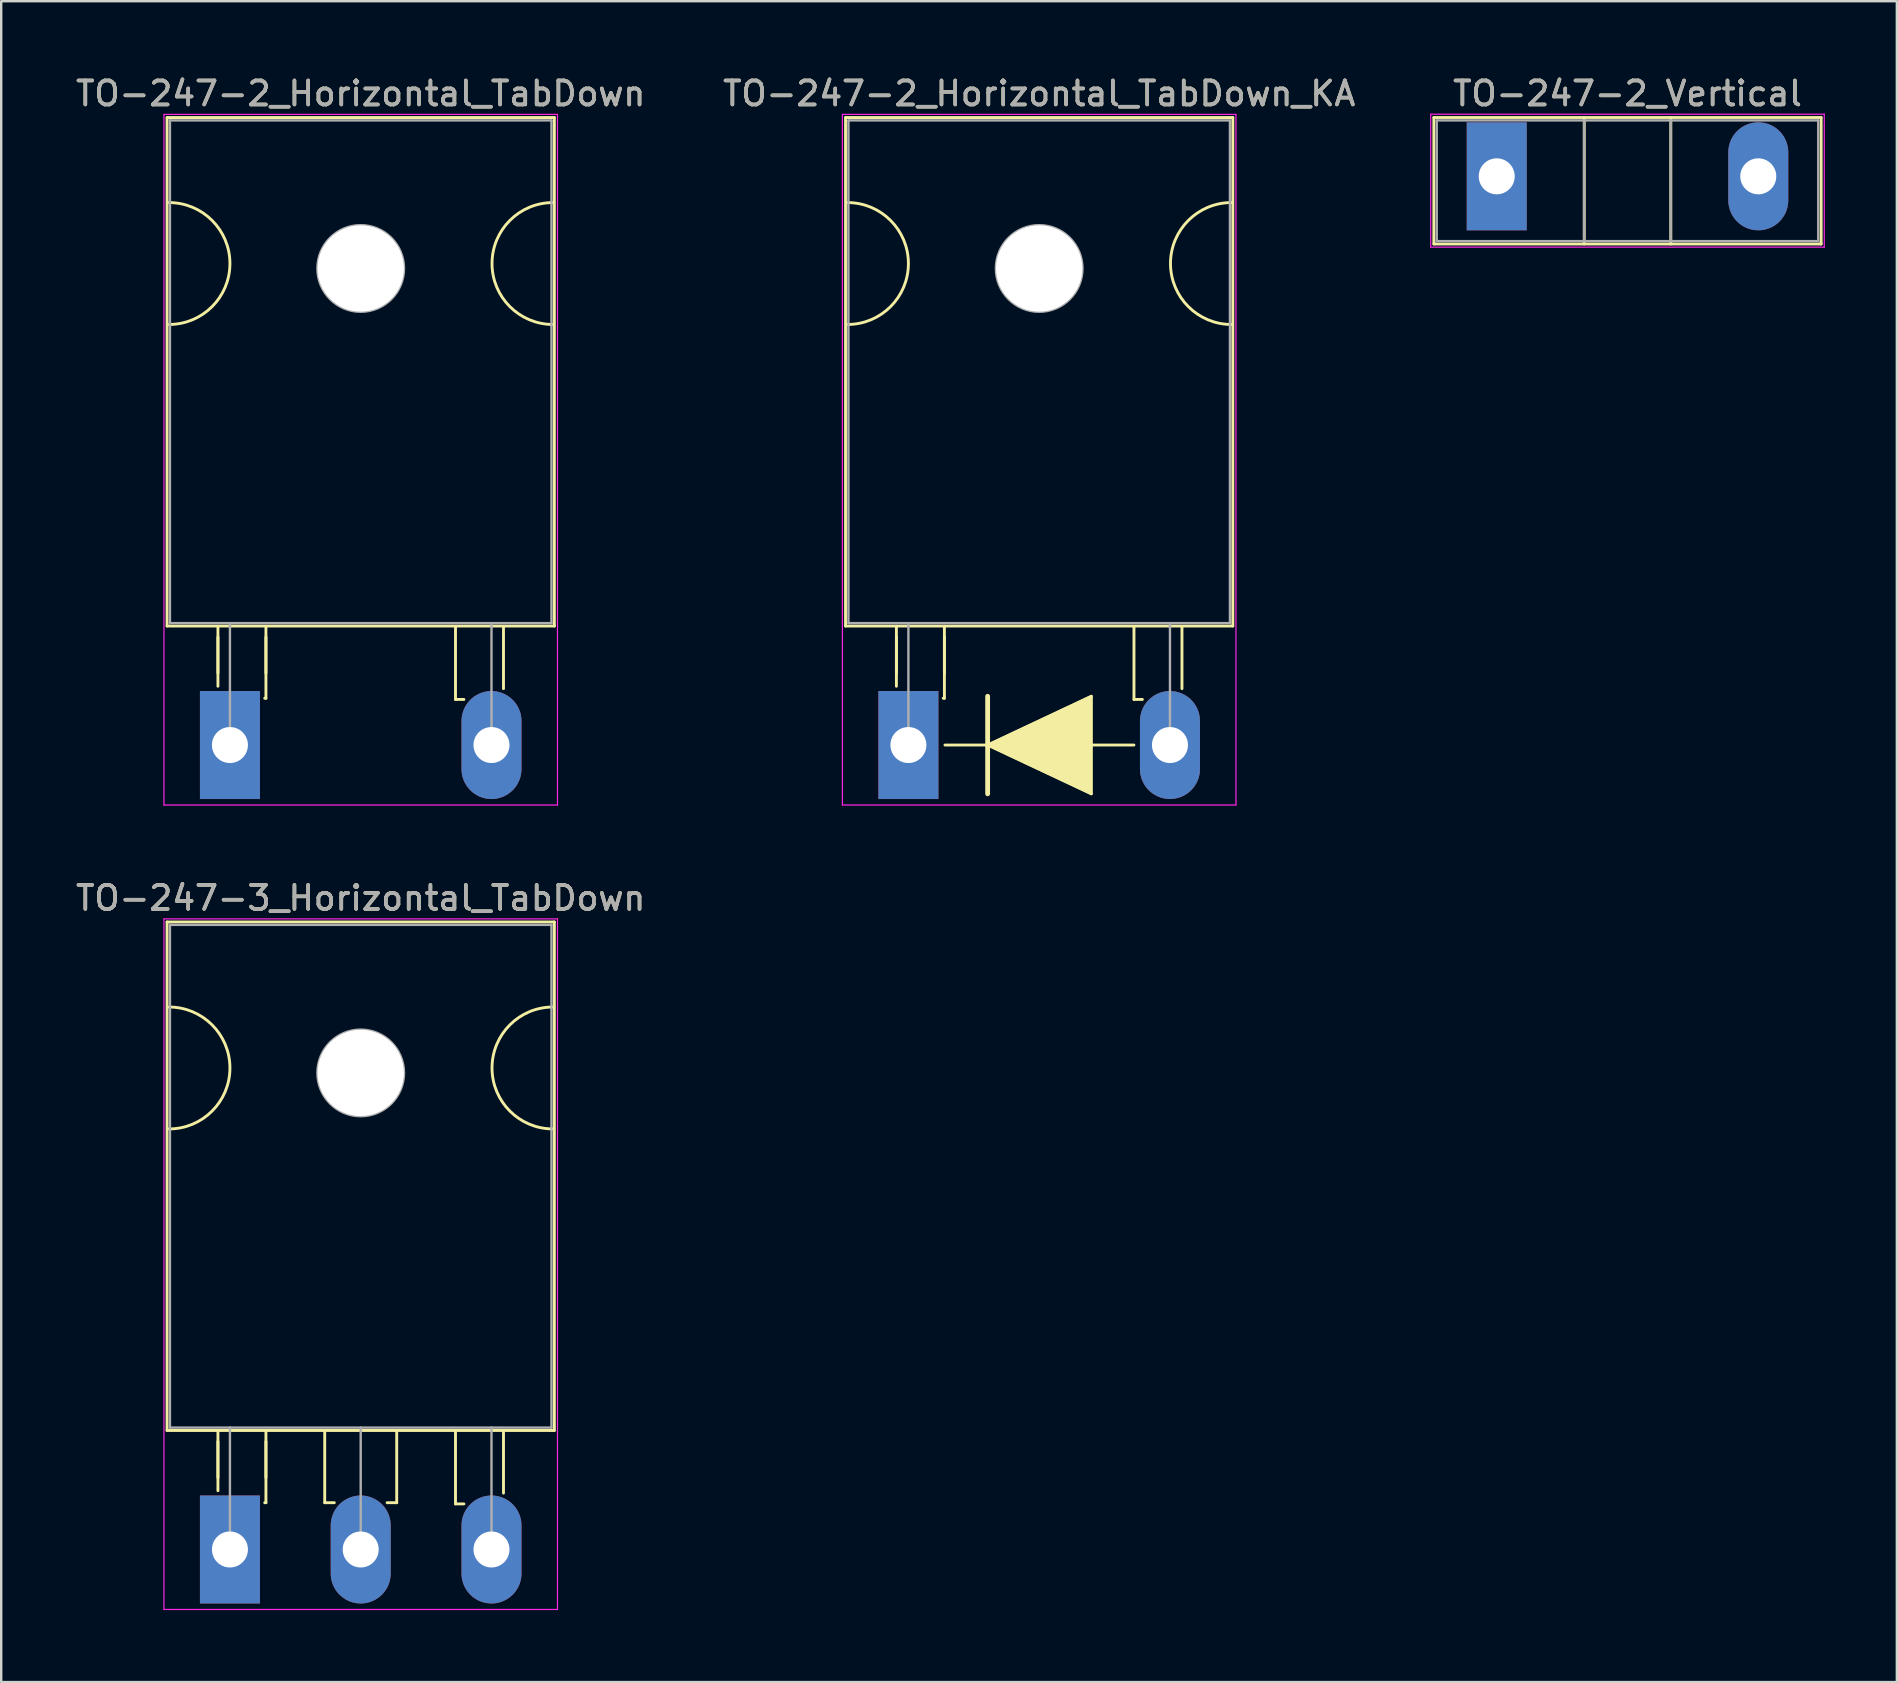
<source format=kicad_pcb>
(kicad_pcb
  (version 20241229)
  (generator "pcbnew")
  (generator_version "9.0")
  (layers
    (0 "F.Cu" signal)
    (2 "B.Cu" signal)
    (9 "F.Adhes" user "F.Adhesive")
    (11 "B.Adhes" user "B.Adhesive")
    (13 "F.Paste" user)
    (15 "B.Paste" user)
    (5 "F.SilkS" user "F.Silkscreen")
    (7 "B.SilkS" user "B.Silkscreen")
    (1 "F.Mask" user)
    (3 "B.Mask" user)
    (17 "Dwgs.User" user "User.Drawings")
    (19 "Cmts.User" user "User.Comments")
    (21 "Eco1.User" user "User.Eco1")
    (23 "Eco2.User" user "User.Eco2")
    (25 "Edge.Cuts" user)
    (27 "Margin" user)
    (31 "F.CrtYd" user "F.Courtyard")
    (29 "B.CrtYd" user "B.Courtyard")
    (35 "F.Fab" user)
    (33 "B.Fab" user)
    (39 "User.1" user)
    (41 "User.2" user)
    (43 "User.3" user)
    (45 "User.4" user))
  (footprint "TO-247-3_Horizontal_TabDown"
    (layer "F.Cu")
    (at 6.532 61.522)
    (property "Reference" "TO-247-3_Horizontal_TabDown" (at 5.45 -27.15 0) (layer "F.SilkS") (effects (font (size 1 1) (thickness 0.15))))
    (attr through_hole)
    (fp_line (start -2.62 -26.15) (end -2.62 -4.96) (stroke (width 0.12) (type solid)) (layer "F.SilkS"))
    (fp_line (start -2.62 -26.15) (end 13.52 -26.15) (stroke (width 0.12) (type solid)) (layer "F.SilkS"))
    (fp_line (start -2.62 -4.96) (end 13.52 -4.96) (stroke (width 0.12) (type solid)) (layer "F.SilkS"))
    (fp_line (start -0.5 -4.95) (end -0.5 -2.45) (stroke (width 0.12) (type solid)) (layer "F.SilkS"))
    (fp_line (start -0.5 -4.5) (end -0.5 -3) (stroke (width 0.12) (type solid)) (layer "F.SilkS"))
    (fp_line (start 1.5 -4.95) (end 1.5 -1.95) (stroke (width 0.12) (type solid)) (layer "F.SilkS"))
    (fp_line (start 1.5 -4.5) (end 1.5 -3) (stroke (width 0.12) (type solid)) (layer "F.SilkS"))
    (fp_line (start 1.5 -1.95) (end 1.45 -1.95) (stroke (width 0.12) (type solid)) (layer "F.SilkS"))
    (fp_line (start 3.95 -4.9) (end 3.95 -1.95) (stroke (width 0.12) (type solid)) (layer "F.SilkS"))
    (fp_line (start 3.95 -1.95) (end 4.35 -1.95) (stroke (width 0.12) (type solid)) (layer "F.SilkS"))
    (fp_line (start 6.95 -4.95) (end 6.95 -1.95) (stroke (width 0.12) (type solid)) (layer "F.SilkS"))
    (fp_line (start 6.95 -1.95) (end 6.55 -1.95) (stroke (width 0.12) (type solid)) (layer "F.SilkS"))
    (fp_line (start 9.4 -4.9) (end 9.4 -1.9) (stroke (width 0.12) (type solid)) (layer "F.SilkS"))
    (fp_line (start 9.4 -1.9) (end 9.75 -1.9) (stroke (width 0.12) (type solid)) (layer "F.SilkS"))
    (fp_line (start 11.4 -4.9) (end 11.4 -2.35) (stroke (width 0.12) (type solid)) (layer "F.SilkS"))
    (fp_line (start 13.52 -26.15) (end 13.52 -4.96) (stroke (width 0.12) (type solid)) (layer "F.SilkS"))
    (fp_arc (start -2.54 -22.606) (mid 0 -20.066) (end -2.54 -17.526) (stroke (width 0.12) (type solid)) (layer "F.SilkS"))
    (fp_arc (start 13.462 -17.526) (mid 10.922 -20.066) (end 13.462 -22.606) (stroke (width 0.12) (type solid)) (layer "F.SilkS"))
    (fp_line (start -2.75 -26.28) (end -2.75 2.5) (stroke (width 0.05) (type solid)) (layer "F.CrtYd"))
    (fp_line (start -2.75 2.5) (end 13.65 2.5) (stroke (width 0.05) (type solid)) (layer "F.CrtYd"))
    (fp_line (start 13.65 -26.28) (end -2.75 -26.28) (stroke (width 0.05) (type solid)) (layer "F.CrtYd"))
    (fp_line (start 13.65 2.5) (end 13.65 -26.28) (stroke (width 0.05) (type solid)) (layer "F.CrtYd"))
    (fp_line (start -2.5 -26.03) (end 13.4 -26.03) (stroke (width 0.1) (type solid)) (layer "F.Fab"))
    (fp_line (start -2.5 -5.08) (end -2.5 -26.03) (stroke (width 0.1) (type solid)) (layer "F.Fab"))
    (fp_line (start 0 -5.08) (end 0 0) (stroke (width 0.1) (type solid)) (layer "F.Fab"))
    (fp_line (start 5.45 -5.08) (end 5.45 0) (stroke (width 0.1) (type solid)) (layer "F.Fab"))
    (fp_line (start 10.9 -5.08) (end 10.9 0) (stroke (width 0.1) (type solid)) (layer "F.Fab"))
    (fp_line (start 13.4 -26.03) (end 13.4 -5.08) (stroke (width 0.1) (type solid)) (layer "F.Fab"))
    (fp_line (start 13.4 -5.08) (end -2.5 -5.08) (stroke (width 0.1) (type solid)) (layer "F.Fab"))
    (fp_circle (center 5.45 -19.86) (end 7.255 -19.86) (stroke (width 0.1) (type solid)) (fill no) (layer "F.Fab"))
    (fp_text user "${REFERENCE}" (at 5.45 -27.15 0) (layer "F.Fab") (effects (font (size 1 1) (thickness 0.15))))
    (pad "" np_thru_hole oval (at 5.45 -19.86) (size 3.6 3.6) (drill 3.6) (layers "*.Cu" "*.Mask"))
    (pad "1" thru_hole rect (at 0 0) (size 2.5 4.5) (drill 1.5) (layers "*.Cu" "*.Mask"))
    (pad "2" thru_hole oval (at 5.45 0) (size 2.5 4.5) (drill 1.5) (layers "*.Cu" "*.Mask"))
    (pad "3" thru_hole oval (at 10.9 0) (size 2.5 4.5) (drill 1.5) (layers "*.Cu" "*.Mask")))
  (footprint "TO-247-2_Horizontal_TabDown"
    (layer "F.Cu")
    (at 6.532 27.998)
    (property "Reference" "TO-247-2_Horizontal_TabDown" (at 5.45 -27.15 0) (layer "F.SilkS") (effects (font (size 1 1) (thickness 0.15))))
    (attr through_hole)
    (fp_line (start -2.62 -26.15) (end -2.62 -4.96) (stroke (width 0.12) (type solid)) (layer "F.SilkS"))
    (fp_line (start -2.62 -26.15) (end 13.52 -26.15) (stroke (width 0.12) (type solid)) (layer "F.SilkS"))
    (fp_line (start -2.62 -4.96) (end 13.52 -4.96) (stroke (width 0.12) (type solid)) (layer "F.SilkS"))
    (fp_line (start -0.5 -4.95) (end -0.5 -2.45) (stroke (width 0.12) (type solid)) (layer "F.SilkS"))
    (fp_line (start -0.5 -4.5) (end -0.5 -3) (stroke (width 0.12) (type solid)) (layer "F.SilkS"))
    (fp_line (start 1.5 -4.95) (end 1.5 -1.95) (stroke (width 0.12) (type solid)) (layer "F.SilkS"))
    (fp_line (start 1.5 -4.5) (end 1.5 -3) (stroke (width 0.12) (type solid)) (layer "F.SilkS"))
    (fp_line (start 1.5 -1.95) (end 1.45 -1.95) (stroke (width 0.12) (type solid)) (layer "F.SilkS"))
    (fp_line (start 9.4 -4.9) (end 9.4 -1.9) (stroke (width 0.12) (type solid)) (layer "F.SilkS"))
    (fp_line (start 9.4 -1.9) (end 9.75 -1.9) (stroke (width 0.12) (type solid)) (layer "F.SilkS"))
    (fp_line (start 11.4 -4.9) (end 11.4 -2.35) (stroke (width 0.12) (type solid)) (layer "F.SilkS"))
    (fp_line (start 13.52 -26.15) (end 13.52 -4.96) (stroke (width 0.12) (type solid)) (layer "F.SilkS"))
    (fp_arc (start -2.54 -22.606) (mid 0 -20.066) (end -2.54 -17.526) (stroke (width 0.12) (type solid)) (layer "F.SilkS"))
    (fp_arc (start 13.462 -17.526) (mid 10.922 -20.066) (end 13.462 -22.606) (stroke (width 0.12) (type solid)) (layer "F.SilkS"))
    (fp_line (start -2.75 -26.28) (end -2.75 2.5) (stroke (width 0.05) (type solid)) (layer "F.CrtYd"))
    (fp_line (start -2.75 2.5) (end 13.65 2.5) (stroke (width 0.05) (type solid)) (layer "F.CrtYd"))
    (fp_line (start 13.65 -26.28) (end -2.75 -26.28) (stroke (width 0.05) (type solid)) (layer "F.CrtYd"))
    (fp_line (start 13.65 2.5) (end 13.65 -26.28) (stroke (width 0.05) (type solid)) (layer "F.CrtYd"))
    (fp_line (start -2.5 -26.03) (end 13.4 -26.03) (stroke (width 0.1) (type solid)) (layer "F.Fab"))
    (fp_line (start -2.5 -5.08) (end -2.5 -26.03) (stroke (width 0.1) (type solid)) (layer "F.Fab"))
    (fp_line (start 0 -5.08) (end 0 0) (stroke (width 0.1) (type solid)) (layer "F.Fab"))
    (fp_line (start 10.9 -5.08) (end 10.9 0) (stroke (width 0.1) (type solid)) (layer "F.Fab"))
    (fp_line (start 13.4 -26.03) (end 13.4 -5.08) (stroke (width 0.1) (type solid)) (layer "F.Fab"))
    (fp_line (start 13.4 -5.08) (end -2.5 -5.08) (stroke (width 0.1) (type solid)) (layer "F.Fab"))
    (fp_circle (center 5.45 -19.86) (end 7.255 -19.86) (stroke (width 0.1) (type solid)) (fill no) (layer "F.Fab"))
    (fp_text user "${REFERENCE}" (at 5.45 -27.15 0) (layer "F.Fab") (effects (font (size 1 1) (thickness 0.15))))
    (pad "" np_thru_hole oval (at 5.45 -19.86) (size 3.6 3.6) (drill 3.6) (layers "*.Cu" "*.Mask"))
    (pad "1" thru_hole rect (at 0 0) (size 2.5 4.5) (drill 1.5) (layers "*.Cu" "*.Mask"))
    (pad "2" thru_hole oval (at 10.9 0) (size 2.5 4.5) (drill 1.5) (layers "*.Cu" "*.Mask")))
  (footprint "TO-247-2_Horizontal_TabDown_KA"
    (layer "F.Cu")
    (at 34.806 27.998)
    (property "Reference" "TO-247-2_Horizontal_TabDown_KA" (at 5.45 -27.15 0) (layer "F.SilkS") (effects (font (size 1 1) (thickness 0.15))))
    (fp_line (start -2.62 -26.15) (end -2.62 -4.96) (stroke (width 0.12) (type solid)) (layer "F.SilkS"))
    (fp_line (start -2.62 -26.15) (end 13.52 -26.15) (stroke (width 0.12) (type solid)) (layer "F.SilkS"))
    (fp_line (start -2.62 -4.96) (end 13.52 -4.96) (stroke (width 0.12) (type solid)) (layer "F.SilkS"))
    (fp_line (start -0.5 -4.95) (end -0.5 -2.45) (stroke (width 0.12) (type solid)) (layer "F.SilkS"))
    (fp_line (start -0.5 -4.5) (end -0.5 -3) (stroke (width 0.12) (type solid)) (layer "F.SilkS"))
    (fp_line (start 1.5 -4.95) (end 1.5 -1.95) (stroke (width 0.12) (type solid)) (layer "F.SilkS"))
    (fp_line (start 1.5 -4.5) (end 1.5 -3) (stroke (width 0.12) (type solid)) (layer "F.SilkS"))
    (fp_line (start 1.5 -1.95) (end 1.45 -1.95) (stroke (width 0.12) (type solid)) (layer "F.SilkS"))
    (fp_line (start 1.524 0) (end 3.302 0) (stroke (width 0.12) (type solid)) (layer "F.SilkS"))
    (fp_line (start 3.302 0) (end 3.302 -2.032) (stroke (width 0.2) (type solid)) (layer "F.SilkS"))
    (fp_line (start 3.302 0) (end 7.62 -2.032) (stroke (width 0.12) (type solid)) (layer "F.SilkS"))
    (fp_line (start 3.302 2.032) (end 3.302 0) (stroke (width 0.2) (type solid)) (layer "F.SilkS"))
    (fp_line (start 7.62 -2.032) (end 7.62 2.032) (stroke (width 0.12) (type solid)) (layer "F.SilkS"))
    (fp_line (start 7.62 0) (end 9.398 0) (stroke (width 0.12) (type solid)) (layer "F.SilkS"))
    (fp_line (start 7.62 2.032) (end 3.302 0) (stroke (width 0.12) (type solid)) (layer "F.SilkS"))
    (fp_line (start 9.4 -4.9) (end 9.4 -1.9) (stroke (width 0.12) (type solid)) (layer "F.SilkS"))
    (fp_line (start 9.4 -1.9) (end 9.75 -1.9) (stroke (width 0.12) (type solid)) (layer "F.SilkS"))
    (fp_line (start 11.4 -4.9) (end 11.4 -2.35) (stroke (width 0.12) (type solid)) (layer "F.SilkS"))
    (fp_line (start 13.52 -26.15) (end 13.52 -4.96) (stroke (width 0.12) (type solid)) (layer "F.SilkS"))
    (fp_arc (start -2.54 -22.606) (mid 0 -20.066) (end -2.54 -17.526) (stroke (width 0.12) (type solid)) (layer "F.SilkS"))
    (fp_arc (start 13.462 -17.526) (mid 10.922 -20.066) (end 13.462 -22.606) (stroke (width 0.12) (type solid)) (layer "F.SilkS"))
    (fp_poly (pts (xy 7.62 2.032) (xy 3.302 0) (xy 7.62 -2.032)) (stroke (width 0.1) (type solid)) (fill yes) (layer "F.SilkS"))
    (fp_line (start -2.75 -26.28) (end -2.75 2.5) (stroke (width 0.05) (type solid)) (layer "F.CrtYd"))
    (fp_line (start -2.75 2.5) (end 13.65 2.5) (stroke (width 0.05) (type solid)) (layer "F.CrtYd"))
    (fp_line (start 13.65 -26.28) (end -2.75 -26.28) (stroke (width 0.05) (type solid)) (layer "F.CrtYd"))
    (fp_line (start 13.65 2.5) (end 13.65 -26.28) (stroke (width 0.05) (type solid)) (layer "F.CrtYd"))
    (fp_line (start -2.5 -26.03) (end 13.4 -26.03) (stroke (width 0.1) (type solid)) (layer "F.Fab"))
    (fp_line (start -2.5 -5.08) (end -2.5 -26.03) (stroke (width 0.1) (type solid)) (layer "F.Fab"))
    (fp_line (start 0 -5.08) (end 0 0) (stroke (width 0.1) (type solid)) (layer "F.Fab"))
    (fp_line (start 10.9 -5.08) (end 10.9 0) (stroke (width 0.1) (type solid)) (layer "F.Fab"))
    (fp_line (start 13.4 -26.03) (end 13.4 -5.08) (stroke (width 0.1) (type solid)) (layer "F.Fab"))
    (fp_line (start 13.4 -5.08) (end -2.5 -5.08) (stroke (width 0.1) (type solid)) (layer "F.Fab"))
    (fp_circle (center 5.45 -19.86) (end 7.255 -19.86) (stroke (width 0.1) (type solid)) (fill no) (layer "F.Fab"))
    (fp_text user "${REFERENCE}" (at 5.45 -27.15 0) (layer "F.Fab") (effects (font (size 1 1) (thickness 0.15))))
    (pad "" np_thru_hole oval (at 5.45 -19.86) (size 3.6 3.6) (drill 3.6) (layers "*.Cu" "*.Mask"))
    (pad "1" thru_hole rect (at 0 0) (size 2.5 4.5) (drill 1.5) (layers "*.Cu" "*.Mask"))
    (pad "2" thru_hole oval (at 10.9 0) (size 2.5 4.5) (drill 1.5) (layers "*.Cu" "*.Mask")))
  (footprint "TO-247-2_Vertical"
    (layer "F.Cu")
    (at 59.323 4.298)
    (property "Reference" "TO-247-2_Vertical" (at 5.45 -3.45 0) (layer "F.SilkS") (effects (font (size 1 1) (thickness 0.15))))
    (attr through_hole)
    (fp_line (start -2.62 -2.451) (end -2.62 2.82) (stroke (width 0.12) (type solid)) (layer "F.SilkS"))
    (fp_line (start -2.62 -2.451) (end 13.52 -2.451) (stroke (width 0.12) (type solid)) (layer "F.SilkS"))
    (fp_line (start -2.62 2.82) (end 13.52 2.82) (stroke (width 0.12) (type solid)) (layer "F.SilkS"))
    (fp_line (start 3.646 -2.451) (end 3.646 2.82) (stroke (width 0.12) (type solid)) (layer "F.SilkS"))
    (fp_line (start 7.255 -2.451) (end 7.255 2.82) (stroke (width 0.12) (type solid)) (layer "F.SilkS"))
    (fp_line (start 13.52 -2.451) (end 13.52 2.82) (stroke (width 0.12) (type solid)) (layer "F.SilkS"))
    (fp_line (start -2.75 -2.59) (end -2.75 2.95) (stroke (width 0.05) (type solid)) (layer "F.CrtYd"))
    (fp_line (start -2.75 2.95) (end 13.65 2.95) (stroke (width 0.05) (type solid)) (layer "F.CrtYd"))
    (fp_line (start 13.65 -2.59) (end -2.75 -2.59) (stroke (width 0.05) (type solid)) (layer "F.CrtYd"))
    (fp_line (start 13.65 2.95) (end 13.65 -2.59) (stroke (width 0.05) (type solid)) (layer "F.CrtYd"))
    (fp_line (start -2.5 -2.33) (end -2.5 2.7) (stroke (width 0.1) (type solid)) (layer "F.Fab"))
    (fp_line (start -2.5 2.7) (end 13.4 2.7) (stroke (width 0.1) (type solid)) (layer "F.Fab"))
    (fp_line (start 3.645 -2.33) (end 3.645 2.7) (stroke (width 0.1) (type solid)) (layer "F.Fab"))
    (fp_line (start 7.255 -2.33) (end 7.255 2.7) (stroke (width 0.1) (type solid)) (layer "F.Fab"))
    (fp_line (start 13.4 -2.33) (end -2.5 -2.33) (stroke (width 0.1) (type solid)) (layer "F.Fab"))
    (fp_line (start 13.4 2.7) (end 13.4 -2.33) (stroke (width 0.1) (type solid)) (layer "F.Fab"))
    (fp_text user "${REFERENCE}" (at 5.45 -3.45 0) (layer "F.Fab") (effects (font (size 1 1) (thickness 0.15))))
    (pad "1" thru_hole rect (at 0 0) (size 2.5 4.5) (drill 1.5) (layers "*.Cu" "*.Mask"))
    (pad "2" thru_hole oval (at 10.9 0) (size 2.5 4.5) (drill 1.5) (layers "*.Cu" "*.Mask")))
  (gr_rect
    (start -3 -3)
    (end 75.998 67.046)
    (stroke (width 0.1) (type default))
    (fill no)
    (layer "Edge.Cuts")))
</source>
